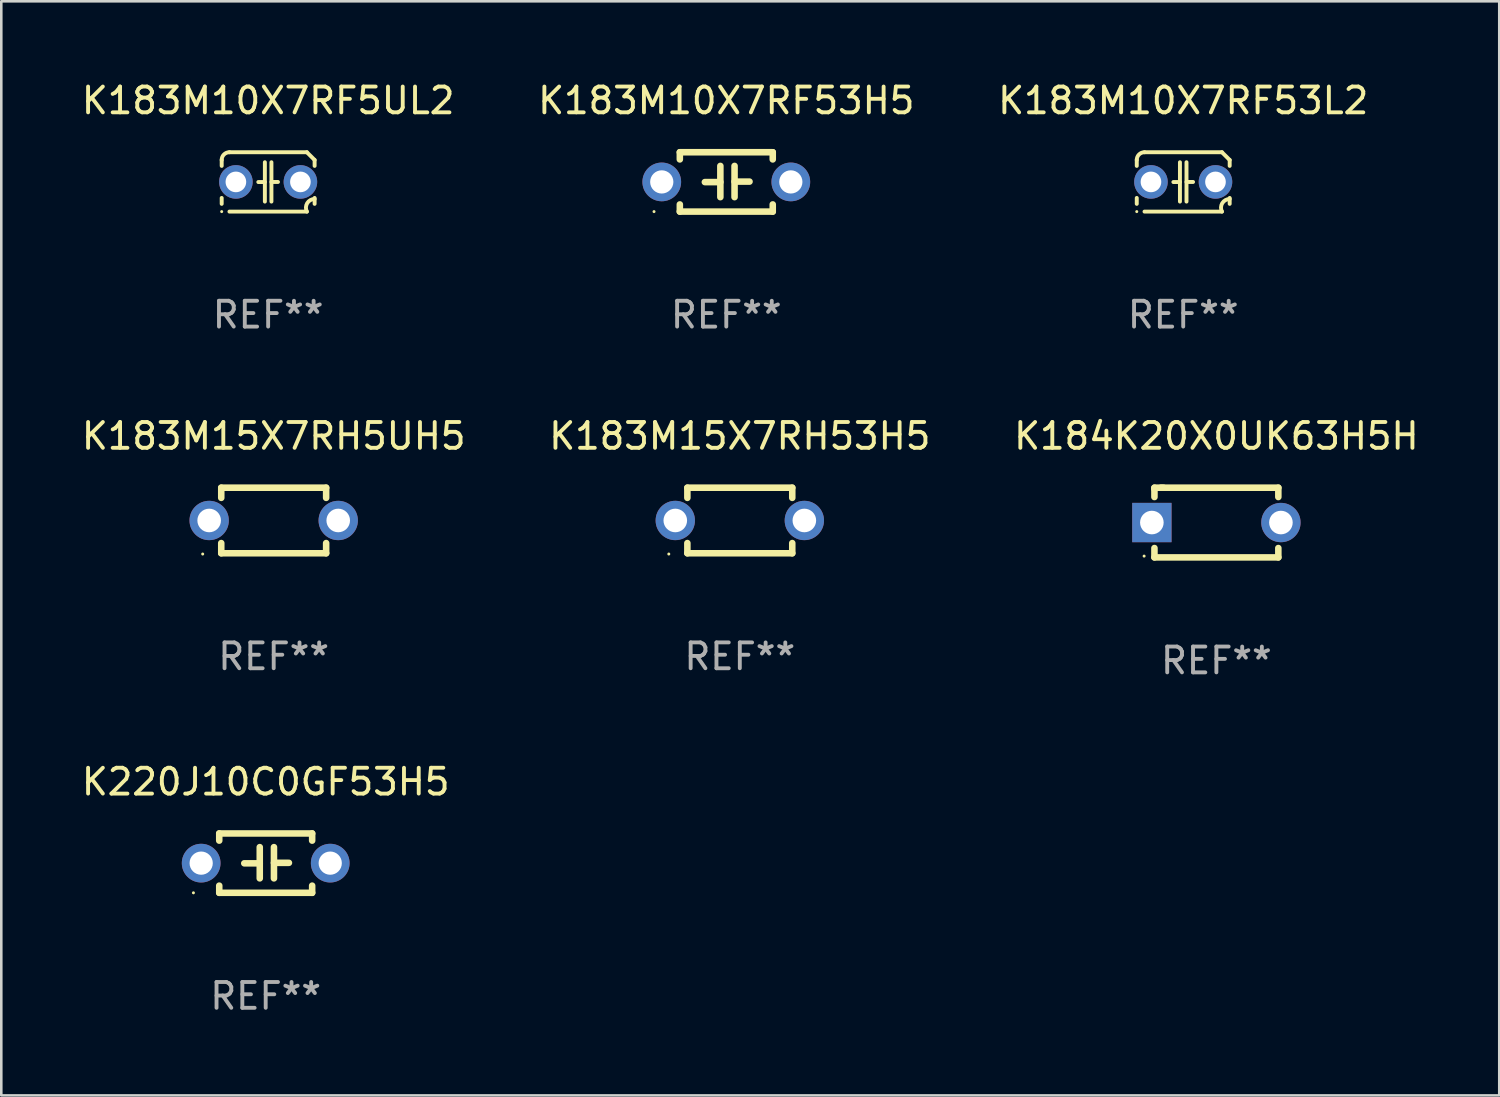
<source format=kicad_pcb>
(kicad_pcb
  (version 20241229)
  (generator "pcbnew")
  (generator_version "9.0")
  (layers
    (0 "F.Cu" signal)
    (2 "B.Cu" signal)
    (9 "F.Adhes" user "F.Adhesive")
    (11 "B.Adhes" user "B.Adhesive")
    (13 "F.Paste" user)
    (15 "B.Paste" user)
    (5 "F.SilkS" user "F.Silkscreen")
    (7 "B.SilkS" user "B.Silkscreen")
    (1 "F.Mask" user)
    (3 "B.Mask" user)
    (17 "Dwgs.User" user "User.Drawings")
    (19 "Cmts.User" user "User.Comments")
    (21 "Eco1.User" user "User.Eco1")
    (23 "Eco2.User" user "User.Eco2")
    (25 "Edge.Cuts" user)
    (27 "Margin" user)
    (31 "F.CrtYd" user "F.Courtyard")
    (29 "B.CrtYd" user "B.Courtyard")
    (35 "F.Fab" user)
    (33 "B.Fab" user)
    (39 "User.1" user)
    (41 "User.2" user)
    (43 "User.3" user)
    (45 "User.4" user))
  (footprint "K183M10X7RF53L2"
    (layer "F.Cu")
    (at 42.792 3.998)
    (property "Reference" "K183M10X7RF53L2" (at 0 -3.15 0) (layer "F.SilkS") (effects (font (size 1 1) (thickness 0.15))))
    (attr through_hole)
    (fp_line (start -1.8 -0.621) (end -1.8 -0.85) (stroke (width 0.152) (type solid)) (layer "F.SilkS"))
    (fp_line (start -1.8 0.85) (end -1.8 0.621) (stroke (width 0.152) (type solid)) (layer "F.SilkS"))
    (fp_line (start -1.5 -1.15) (end 1.5 -1.15) (stroke (width 0.152) (type solid)) (layer "F.SilkS"))
    (fp_line (start -0.127 -0.762) (end -0.127 0.762) (stroke (width 0.152) (type solid)) (layer "F.SilkS"))
    (fp_line (start -0.127 0.005) (end -0.381 0.005) (stroke (width 0.152) (type solid)) (layer "F.SilkS"))
    (fp_line (start 0.127 -0.762) (end 0.127 0.762) (stroke (width 0.152) (type solid)) (layer "F.SilkS"))
    (fp_line (start 0.127 0.002) (end 0.381 0.002) (stroke (width 0.152) (type solid)) (layer "F.SilkS"))
    (fp_line (start 1.5 1.15) (end -1.5 1.15) (stroke (width 0.152) (type solid)) (layer "F.SilkS"))
    (fp_line (start 1.8 -0.85) (end 1.8 -0.621) (stroke (width 0.152) (type solid)) (layer "F.SilkS"))
    (fp_line (start 1.8 0.621) (end 1.8 0.85) (stroke (width 0.152) (type solid)) (layer "F.SilkS"))
    (fp_arc (start -1.799975 -0.849987) (mid -1.712107 -1.062119) (end -1.499975 -1.149987) (stroke (width 0.151994) (type solid)) (layer "F.SilkS"))
    (fp_arc (start 1.499975 1.149987) (mid 1.513726 0.822359) (end 1.799975 0.662387) (stroke (width 0.151994) (type solid)) (layer "F.SilkS"))
    (fp_arc (start 1.500001 -1.149986) (mid 1.650015 -1.000001) (end 1.8 -0.849987) (stroke (width 0.151994) (type solid)) (layer "F.SilkS"))
    (fp_circle (center -1.8 1.15) (end -1.77 1.15) (stroke (width 0.06) (type solid)) (fill no) (layer "F.SilkS"))
    (fp_text user "REF**" (at 0 5.15 0) (layer "F.Fab") (effects (font (size 1 1) (thickness 0.15))))
    (pad "1" thru_hole circle (at -1.25 0) (size 1.3 1.3) (drill 0.8) (layers "*.Cu" "*.Mask"))
    (pad "2" thru_hole circle (at 1.25 0) (size 1.3 1.3) (drill 0.8) (layers "*.Cu" "*.Mask")))
  (footprint "K183M10X7RF53H5"
    (layer "F.Cu")
    (at 25.089 3.998)
    (property "Reference" "K183M10X7RF53H5" (at 0 -3.15 0) (layer "F.SilkS") (effects (font (size 1 1) (thickness 0.15))))
    (attr through_hole)
    (fp_line (start -1.8 -1.15) (end -1.8 -0.872) (stroke (width 0.254) (type solid)) (layer "F.SilkS"))
    (fp_line (start -1.8 -1.15) (end 1.8 -1.15) (stroke (width 0.254) (type solid)) (layer "F.SilkS"))
    (fp_line (start -1.8 0.872) (end -1.8 1.15) (stroke (width 0.254) (type solid)) (layer "F.SilkS"))
    (fp_line (start -1.8 1.15) (end 1.8 1.15) (stroke (width 0.254) (type solid)) (layer "F.SilkS"))
    (fp_line (start -0.23 -0.62) (end -0.23 0.59) (stroke (width 0.254) (type solid)) (layer "F.SilkS"))
    (fp_line (start -0.23 0.007) (end -0.83 0.007) (stroke (width 0.254) (type solid)) (layer "F.SilkS"))
    (fp_line (start 0.32 -0.62) (end 0.32 0.59) (stroke (width 0.254) (type solid)) (layer "F.SilkS"))
    (fp_line (start 0.32 -0.012) (end 0.9 -0.012) (stroke (width 0.254) (type solid)) (layer "F.SilkS"))
    (fp_line (start 1.8 -1.15) (end 1.8 -0.872) (stroke (width 0.254) (type solid)) (layer "F.SilkS"))
    (fp_line (start 1.8 0.872) (end 1.8 1.15) (stroke (width 0.254) (type solid)) (layer "F.SilkS"))
    (fp_circle (center -2.8 1.15) (end -2.77 1.15) (stroke (width 0.06) (type solid)) (fill no) (layer "F.SilkS"))
    (fp_text user "REF**" (at 0 5.15 0) (layer "F.Fab") (effects (font (size 1 1) (thickness 0.15))))
    (pad "1" thru_hole circle (at -2.5 0) (size 1.5 1.5) (drill 0.9) (layers "*.Cu" "*.Mask"))
    (pad "2" thru_hole circle (at 2.5 0) (size 1.5 1.5) (drill 0.9) (layers "*.Cu" "*.Mask")))
  (footprint "K183M10X7RF5UL2"
    (layer "F.Cu")
    (at 7.339 3.998)
    (property "Reference" "K183M10X7RF5UL2" (at 0 -3.15 0) (layer "F.SilkS") (effects (font (size 1 1) (thickness 0.15))))
    (attr through_hole)
    (fp_line (start -1.8 -0.621) (end -1.8 -0.85) (stroke (width 0.152) (type solid)) (layer "F.SilkS"))
    (fp_line (start -1.8 0.85) (end -1.8 0.621) (stroke (width 0.152) (type solid)) (layer "F.SilkS"))
    (fp_line (start -1.5 -1.15) (end 1.5 -1.15) (stroke (width 0.152) (type solid)) (layer "F.SilkS"))
    (fp_line (start -0.127 -0.762) (end -0.127 0.762) (stroke (width 0.152) (type solid)) (layer "F.SilkS"))
    (fp_line (start -0.127 0.005) (end -0.381 0.005) (stroke (width 0.152) (type solid)) (layer "F.SilkS"))
    (fp_line (start 0.127 -0.762) (end 0.127 0.762) (stroke (width 0.152) (type solid)) (layer "F.SilkS"))
    (fp_line (start 0.127 0.002) (end 0.381 0.002) (stroke (width 0.152) (type solid)) (layer "F.SilkS"))
    (fp_line (start 1.5 1.15) (end -1.5 1.15) (stroke (width 0.152) (type solid)) (layer "F.SilkS"))
    (fp_line (start 1.8 -0.85) (end 1.8 -0.621) (stroke (width 0.152) (type solid)) (layer "F.SilkS"))
    (fp_line (start 1.8 0.621) (end 1.8 0.85) (stroke (width 0.152) (type solid)) (layer "F.SilkS"))
    (fp_arc (start -1.799975 -0.849987) (mid -1.712107 -1.062119) (end -1.499975 -1.149987) (stroke (width 0.151994) (type solid)) (layer "F.SilkS"))
    (fp_arc (start 1.499975 1.149987) (mid 1.513726 0.822359) (end 1.799975 0.662387) (stroke (width 0.151994) (type solid)) (layer "F.SilkS"))
    (fp_arc (start 1.500001 -1.149986) (mid 1.650015 -1.000001) (end 1.8 -0.849987) (stroke (width 0.151994) (type solid)) (layer "F.SilkS"))
    (fp_circle (center -1.8 1.15) (end -1.77 1.15) (stroke (width 0.06) (type solid)) (fill no) (layer "F.SilkS"))
    (fp_text user "REF**" (at 0 5.15 0) (layer "F.Fab") (effects (font (size 1 1) (thickness 0.15))))
    (pad "1" thru_hole circle (at -1.25 0) (size 1.3 1.3) (drill 0.8) (layers "*.Cu" "*.Mask"))
    (pad "2" thru_hole circle (at 1.25 0) (size 1.3 1.3) (drill 0.8) (layers "*.Cu" "*.Mask")))
  (footprint "K183M15X7RH5UH5"
    (layer "F.Cu")
    (at 7.554 17.115)
    (property "Reference" "K183M15X7RH5UH5" (at 0 -3.27 0) (layer "F.SilkS") (effects (font (size 1 1) (thickness 0.15))))
    (attr through_hole)
    (fp_line (start -2.032 -1.27) (end -2.032 -0.876) (stroke (width 0.254) (type solid)) (layer "F.SilkS"))
    (fp_line (start -2.032 0.876) (end -2.032 1.27) (stroke (width 0.254) (type solid)) (layer "F.SilkS"))
    (fp_line (start -2.032 1.27) (end 2.032 1.27) (stroke (width 0.254) (type solid)) (layer "F.SilkS"))
    (fp_line (start 2.032 -1.27) (end -2.032 -1.27) (stroke (width 0.254) (type solid)) (layer "F.SilkS"))
    (fp_line (start 2.032 -0.876) (end 2.032 -1.27) (stroke (width 0.254) (type solid)) (layer "F.SilkS"))
    (fp_line (start 2.032 1.27) (end 2.032 0.876) (stroke (width 0.254) (type solid)) (layer "F.SilkS"))
    (fp_circle (center -2.751 1.3) (end -2.721 1.3) (stroke (width 0.06) (type solid)) (fill no) (layer "F.SilkS"))
    (fp_text user "REF**" (at 0 5.27 0) (layer "F.Fab") (effects (font (size 1 1) (thickness 0.15))))
    (pad "1" thru_hole circle (at -2.5 0) (size 1.524 1.524) (drill 0.914) (layers "*.Cu" "*.Mask"))
    (pad "2" thru_hole circle (at 2.5 0) (size 1.524 1.524) (drill 0.914) (layers "*.Cu" "*.Mask")))
  (footprint "K220J10C0GF53H5"
    (layer "F.Cu")
    (at 7.244 30.391)
    (property "Reference" "K220J10C0GF53H5" (at 0 -3.15 0) (layer "F.SilkS") (effects (font (size 1 1) (thickness 0.15))))
    (attr through_hole)
    (fp_line (start -1.8 -1.15) (end -1.8 -0.872) (stroke (width 0.254) (type solid)) (layer "F.SilkS"))
    (fp_line (start -1.8 -1.15) (end 1.8 -1.15) (stroke (width 0.254) (type solid)) (layer "F.SilkS"))
    (fp_line (start -1.8 0.872) (end -1.8 1.15) (stroke (width 0.254) (type solid)) (layer "F.SilkS"))
    (fp_line (start -1.8 1.15) (end 1.8 1.15) (stroke (width 0.254) (type solid)) (layer "F.SilkS"))
    (fp_line (start -0.23 -0.62) (end -0.23 0.59) (stroke (width 0.254) (type solid)) (layer "F.SilkS"))
    (fp_line (start -0.23 0.007) (end -0.83 0.007) (stroke (width 0.254) (type solid)) (layer "F.SilkS"))
    (fp_line (start 0.32 -0.62) (end 0.32 0.59) (stroke (width 0.254) (type solid)) (layer "F.SilkS"))
    (fp_line (start 0.32 -0.012) (end 0.9 -0.012) (stroke (width 0.254) (type solid)) (layer "F.SilkS"))
    (fp_line (start 1.8 -1.15) (end 1.8 -0.872) (stroke (width 0.254) (type solid)) (layer "F.SilkS"))
    (fp_line (start 1.8 0.872) (end 1.8 1.15) (stroke (width 0.254) (type solid)) (layer "F.SilkS"))
    (fp_circle (center -2.8 1.15) (end -2.77 1.15) (stroke (width 0.06) (type solid)) (fill no) (layer "F.SilkS"))
    (fp_text user "REF**" (at 0 5.15 0) (layer "F.Fab") (effects (font (size 1 1) (thickness 0.15))))
    (pad "1" thru_hole circle (at -2.5 0) (size 1.5 1.5) (drill 0.9) (layers "*.Cu" "*.Mask"))
    (pad "2" thru_hole circle (at 2.5 0) (size 1.5 1.5) (drill 0.9) (layers "*.Cu" "*.Mask")))
  (footprint "K184K20X0UK63H5H"
    (layer "F.Cu")
    (at 44.077 17.195)
    (property "Reference" "K184K20X0UK63H5H" (at 0 -3.35 0) (layer "F.SilkS") (effects (font (size 1 1) (thickness 0.15))))
    (attr through_hole)
    (fp_line (start -2.4 -1.35) (end -2.05 -1.35) (stroke (width 0.254) (type solid)) (layer "F.SilkS"))
    (fp_line (start -2.4 -1.3) (end -2.4 -1.35) (stroke (width 0.254) (type solid)) (layer "F.SilkS"))
    (fp_line (start -2.4 -0.988) (end -2.4 -1.3) (stroke (width 0.254) (type solid)) (layer "F.SilkS"))
    (fp_line (start -2.4 1.35) (end -2.4 0.988) (stroke (width 0.254) (type solid)) (layer "F.SilkS"))
    (fp_line (start -2.15 -1.35) (end 2.4 -1.35) (stroke (width 0.254) (type solid)) (layer "F.SilkS"))
    (fp_line (start 2.4 -1.35) (end 2.4 -0.988) (stroke (width 0.254) (type solid)) (layer "F.SilkS"))
    (fp_line (start 2.4 0.988) (end 2.4 1.35) (stroke (width 0.254) (type solid)) (layer "F.SilkS"))
    (fp_line (start 2.4 1.35) (end -2.4 1.35) (stroke (width 0.254) (type solid)) (layer "F.SilkS"))
    (fp_circle (center -2.8 1.3) (end -2.77 1.3) (stroke (width 0.06) (type solid)) (fill no) (layer "F.SilkS"))
    (fp_text user "REF**" (at 0 5.35 0) (layer "F.Fab") (effects (font (size 1 1) (thickness 0.15))))
    (pad "1" thru_hole rect (at -2.5 -0.000013) (size 1.524 1.524) (drill 0.914) (layers "*.Cu" "*.Mask"))
    (pad "2" thru_hole circle (at 2.5 -0.000013) (size 1.524 1.524) (drill 0.914) (layers "*.Cu" "*.Mask")))
  (footprint "K183M15X7RH53H5"
    (layer "F.Cu")
    (at 25.613 17.115)
    (property "Reference" "K183M15X7RH53H5" (at 0 -3.27 0) (layer "F.SilkS") (effects (font (size 1 1) (thickness 0.15))))
    (attr through_hole)
    (fp_line (start -2.032 -1.27) (end -2.032 -0.876) (stroke (width 0.254) (type solid)) (layer "F.SilkS"))
    (fp_line (start -2.032 0.876) (end -2.032 1.27) (stroke (width 0.254) (type solid)) (layer "F.SilkS"))
    (fp_line (start -2.032 1.27) (end 2.032 1.27) (stroke (width 0.254) (type solid)) (layer "F.SilkS"))
    (fp_line (start 2.032 -1.27) (end -2.032 -1.27) (stroke (width 0.254) (type solid)) (layer "F.SilkS"))
    (fp_line (start 2.032 -0.876) (end 2.032 -1.27) (stroke (width 0.254) (type solid)) (layer "F.SilkS"))
    (fp_line (start 2.032 1.27) (end 2.032 0.876) (stroke (width 0.254) (type solid)) (layer "F.SilkS"))
    (fp_circle (center -2.751 1.3) (end -2.721 1.3) (stroke (width 0.06) (type solid)) (fill no) (layer "F.SilkS"))
    (fp_text user "REF**" (at 0 5.27 0) (layer "F.Fab") (effects (font (size 1 1) (thickness 0.15))))
    (pad "1" thru_hole circle (at -2.5 0) (size 1.524 1.524) (drill 0.914) (layers "*.Cu" "*.Mask"))
    (pad "2" thru_hole circle (at 2.5 0) (size 1.524 1.524) (drill 0.914) (layers "*.Cu" "*.Mask")))
  (gr_rect
    (start -3 -3)
    (end 55.036 39.39)
    (stroke (width 0.1) (type default))
    (fill no)
    (layer "Edge.Cuts")))
</source>
